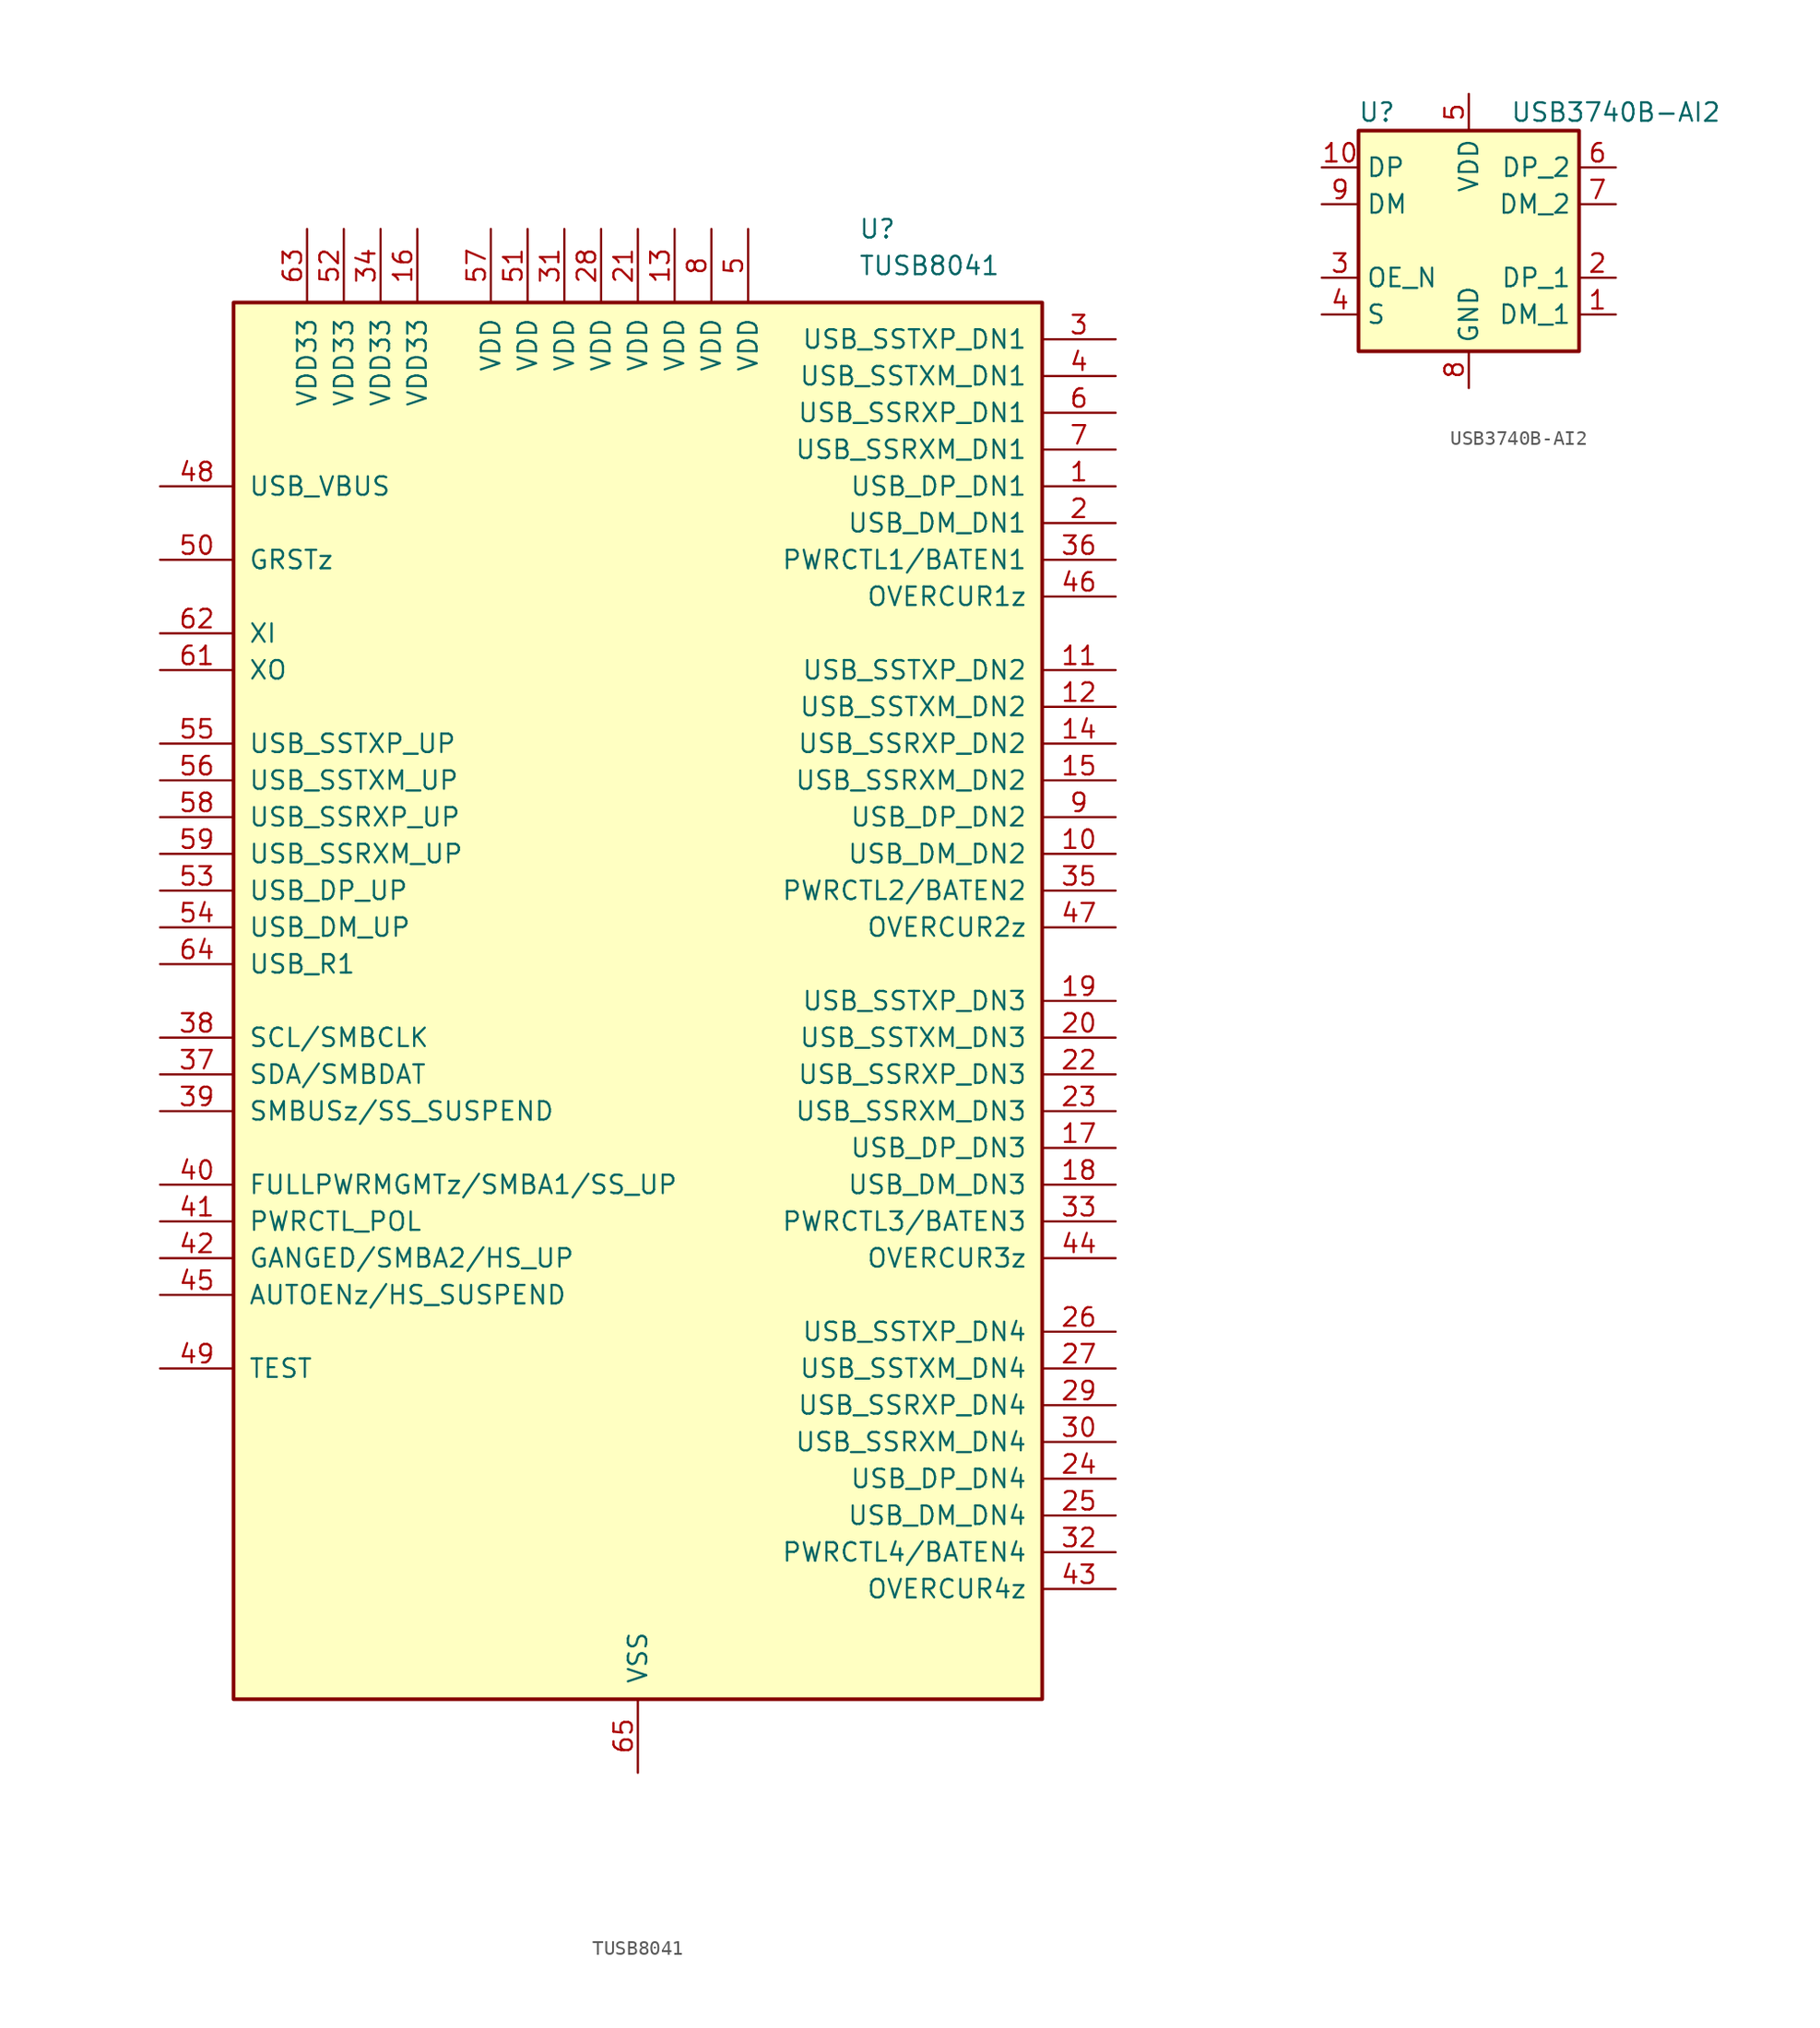
<source format=kicad_sym>
(kicad_symbol_lib
  (version 20200908)
  (generator kicad_symbol_editor)
  (symbol "Interface_USB:TUSB8041"
    (pin_names
      (offset 1.016))
    (property "Reference" "U"
      (at 15.24 53.34 0)
      (effects (font (size 1.27 1.27)) (justify left)))
    (property "Value" "TUSB8041"
      (at 15.24 50.8 0)
      (effects (font (size 1.27 1.27)) (justify left)))
    (symbol "TUSB8041_0_1"
      (rectangle (start -27.94 48.26) (end 27.94 -48.26) (stroke (width 0.254)) (fill (type background))))
    (symbol "TUSB8041_1_1"
      (pin bidirectional line (at 33.02 35.56 180) (length 5.08) (name "USB_DP_DN1" (effects (font (size 1.27 1.27)))) (number "1" (effects (font (size 1.27 1.27)))))
      (pin bidirectional line (at 33.02 10.16 180) (length 5.08) (name "USB_DM_DN2" (effects (font (size 1.27 1.27)))) (number "10" (effects (font (size 1.27 1.27)))))
      (pin output line (at 33.02 22.86 180) (length 5.08) (name "USB_SSTXP_DN2" (effects (font (size 1.27 1.27)))) (number "11" (effects (font (size 1.27 1.27)))))
      (pin output line (at 33.02 20.32 180) (length 5.08) (name "USB_SSTXM_DN2" (effects (font (size 1.27 1.27)))) (number "12" (effects (font (size 1.27 1.27)))))
      (pin power_in line (at 2.54 53.34 270) (length 5.08) (name "VDD" (effects (font (size 1.27 1.27)))) (number "13" (effects (font (size 1.27 1.27)))))
      (pin input line (at 33.02 17.78 180) (length 5.08) (name "USB_SSRXP_DN2" (effects (font (size 1.27 1.27)))) (number "14" (effects (font (size 1.27 1.27)))))
      (pin input line (at 33.02 15.24 180) (length 5.08) (name "USB_SSRXM_DN2" (effects (font (size 1.27 1.27)))) (number "15" (effects (font (size 1.27 1.27)))))
      (pin power_in line (at -15.24 53.34 270) (length 5.08) (name "VDD33" (effects (font (size 1.27 1.27)))) (number "16" (effects (font (size 1.27 1.27)))))
      (pin bidirectional line (at 33.02 -10.16 180) (length 5.08) (name "USB_DP_DN3" (effects (font (size 1.27 1.27)))) (number "17" (effects (font (size 1.27 1.27)))))
      (pin bidirectional line (at 33.02 -12.7 180) (length 5.08) (name "USB_DM_DN3" (effects (font (size 1.27 1.27)))) (number "18" (effects (font (size 1.27 1.27)))))
      (pin output line (at 33.02 0 180) (length 5.08) (name "USB_SSTXP_DN3" (effects (font (size 1.27 1.27)))) (number "19" (effects (font (size 1.27 1.27)))))
      (pin bidirectional line (at 33.02 33.02 180) (length 5.08) (name "USB_DM_DN1" (effects (font (size 1.27 1.27)))) (number "2" (effects (font (size 1.27 1.27)))))
      (pin output line (at 33.02 -2.54 180) (length 5.08) (name "USB_SSTXM_DN3" (effects (font (size 1.27 1.27)))) (number "20" (effects (font (size 1.27 1.27)))))
      (pin power_in line (at 0 53.34 270) (length 5.08) (name "VDD" (effects (font (size 1.27 1.27)))) (number "21" (effects (font (size 1.27 1.27)))))
      (pin input line (at 33.02 -5.08 180) (length 5.08) (name "USB_SSRXP_DN3" (effects (font (size 1.27 1.27)))) (number "22" (effects (font (size 1.27 1.27)))))
      (pin input line (at 33.02 -7.62 180) (length 5.08) (name "USB_SSRXM_DN3" (effects (font (size 1.27 1.27)))) (number "23" (effects (font (size 1.27 1.27)))))
      (pin bidirectional line (at 33.02 -33.02 180) (length 5.08) (name "USB_DP_DN4" (effects (font (size 1.27 1.27)))) (number "24" (effects (font (size 1.27 1.27)))))
      (pin bidirectional line (at 33.02 -35.56 180) (length 5.08) (name "USB_DM_DN4" (effects (font (size 1.27 1.27)))) (number "25" (effects (font (size 1.27 1.27)))))
      (pin output line (at 33.02 -22.86 180) (length 5.08) (name "USB_SSTXP_DN4" (effects (font (size 1.27 1.27)))) (number "26" (effects (font (size 1.27 1.27)))))
      (pin output line (at 33.02 -25.4 180) (length 5.08) (name "USB_SSTXM_DN4" (effects (font (size 1.27 1.27)))) (number "27" (effects (font (size 1.27 1.27)))))
      (pin power_in line (at -2.54 53.34 270) (length 5.08) (name "VDD" (effects (font (size 1.27 1.27)))) (number "28" (effects (font (size 1.27 1.27)))))
      (pin input line (at 33.02 -27.94 180) (length 5.08) (name "USB_SSRXP_DN4" (effects (font (size 1.27 1.27)))) (number "29" (effects (font (size 1.27 1.27)))))
      (pin output line (at 33.02 45.72 180) (length 5.08) (name "USB_SSTXP_DN1" (effects (font (size 1.27 1.27)))) (number "3" (effects (font (size 1.27 1.27)))))
      (pin input line (at 33.02 -30.48 180) (length 5.08) (name "USB_SSRXM_DN4" (effects (font (size 1.27 1.27)))) (number "30" (effects (font (size 1.27 1.27)))))
      (pin power_in line (at -5.08 53.34 270) (length 5.08) (name "VDD" (effects (font (size 1.27 1.27)))) (number "31" (effects (font (size 1.27 1.27)))))
      (pin bidirectional line (at 33.02 -38.1 180) (length 5.08) (name "PWRCTL4/BATEN4" (effects (font (size 1.27 1.27)))) (number "32" (effects (font (size 1.27 1.27)))))
      (pin bidirectional line (at 33.02 -15.24 180) (length 5.08) (name "PWRCTL3/BATEN3" (effects (font (size 1.27 1.27)))) (number "33" (effects (font (size 1.27 1.27)))))
      (pin power_in line (at -17.78 53.34 270) (length 5.08) (name "VDD33" (effects (font (size 1.27 1.27)))) (number "34" (effects (font (size 1.27 1.27)))))
      (pin bidirectional line (at 33.02 7.62 180) (length 5.08) (name "PWRCTL2/BATEN2" (effects (font (size 1.27 1.27)))) (number "35" (effects (font (size 1.27 1.27)))))
      (pin bidirectional line (at 33.02 30.48 180) (length 5.08) (name "PWRCTL1/BATEN1" (effects (font (size 1.27 1.27)))) (number "36" (effects (font (size 1.27 1.27)))))
      (pin bidirectional line (at -33.02 -5.08 0) (length 5.08) (name "SDA/SMBDAT" (effects (font (size 1.27 1.27)))) (number "37" (effects (font (size 1.27 1.27)))))
      (pin bidirectional line (at -33.02 -2.54 0) (length 5.08) (name "SCL/SMBCLK" (effects (font (size 1.27 1.27)))) (number "38" (effects (font (size 1.27 1.27)))))
      (pin bidirectional line (at -33.02 -7.62 0) (length 5.08) (name "SMBUSz/SS_SUSPEND" (effects (font (size 1.27 1.27)))) (number "39" (effects (font (size 1.27 1.27)))))
      (pin output line (at 33.02 43.18 180) (length 5.08) (name "USB_SSTXM_DN1" (effects (font (size 1.27 1.27)))) (number "4" (effects (font (size 1.27 1.27)))))
      (pin bidirectional line (at -33.02 -12.7 0) (length 5.08) (name "FULLPWRMGMTz/SMBA1/SS_UP" (effects (font (size 1.27 1.27)))) (number "40" (effects (font (size 1.27 1.27)))))
      (pin bidirectional line (at -33.02 -15.24 0) (length 5.08) (name "PWRCTL_POL" (effects (font (size 1.27 1.27)))) (number "41" (effects (font (size 1.27 1.27)))))
      (pin bidirectional line (at -33.02 -17.78 0) (length 5.08) (name "GANGED/SMBA2/HS_UP" (effects (font (size 1.27 1.27)))) (number "42" (effects (font (size 1.27 1.27)))))
      (pin input line (at 33.02 -40.64 180) (length 5.08) (name "OVERCUR4z" (effects (font (size 1.27 1.27)))) (number "43" (effects (font (size 1.27 1.27)))))
      (pin input line (at 33.02 -17.78 180) (length 5.08) (name "OVERCUR3z" (effects (font (size 1.27 1.27)))) (number "44" (effects (font (size 1.27 1.27)))))
      (pin bidirectional line (at -33.02 -20.32 0) (length 5.08) (name "AUTOENz/HS_SUSPEND" (effects (font (size 1.27 1.27)))) (number "45" (effects (font (size 1.27 1.27)))))
      (pin input line (at 33.02 27.94 180) (length 5.08) (name "OVERCUR1z" (effects (font (size 1.27 1.27)))) (number "46" (effects (font (size 1.27 1.27)))))
      (pin input line (at 33.02 5.08 180) (length 5.08) (name "OVERCUR2z" (effects (font (size 1.27 1.27)))) (number "47" (effects (font (size 1.27 1.27)))))
      (pin input line (at -33.02 35.56 0) (length 5.08) (name "USB_VBUS" (effects (font (size 1.27 1.27)))) (number "48" (effects (font (size 1.27 1.27)))))
      (pin input line (at -33.02 -25.4 0) (length 5.08) (name "TEST" (effects (font (size 1.27 1.27)))) (number "49" (effects (font (size 1.27 1.27)))))
      (pin power_in line (at 7.62 53.34 270) (length 5.08) (name "VDD" (effects (font (size 1.27 1.27)))) (number "5" (effects (font (size 1.27 1.27)))))
      (pin input line (at -33.02 30.48 0) (length 5.08) (name "GRSTz" (effects (font (size 1.27 1.27)))) (number "50" (effects (font (size 1.27 1.27)))))
      (pin power_in line (at -7.62 53.34 270) (length 5.08) (name "VDD" (effects (font (size 1.27 1.27)))) (number "51" (effects (font (size 1.27 1.27)))))
      (pin power_in line (at -20.32 53.34 270) (length 5.08) (name "VDD33" (effects (font (size 1.27 1.27)))) (number "52" (effects (font (size 1.27 1.27)))))
      (pin bidirectional line (at -33.02 7.62 0) (length 5.08) (name "USB_DP_UP" (effects (font (size 1.27 1.27)))) (number "53" (effects (font (size 1.27 1.27)))))
      (pin bidirectional line (at -33.02 5.08 0) (length 5.08) (name "USB_DM_UP" (effects (font (size 1.27 1.27)))) (number "54" (effects (font (size 1.27 1.27)))))
      (pin output line (at -33.02 17.78 0) (length 5.08) (name "USB_SSTXP_UP" (effects (font (size 1.27 1.27)))) (number "55" (effects (font (size 1.27 1.27)))))
      (pin output line (at -33.02 15.24 0) (length 5.08) (name "USB_SSTXM_UP" (effects (font (size 1.27 1.27)))) (number "56" (effects (font (size 1.27 1.27)))))
      (pin power_in line (at -10.16 53.34 270) (length 5.08) (name "VDD" (effects (font (size 1.27 1.27)))) (number "57" (effects (font (size 1.27 1.27)))))
      (pin input line (at -33.02 12.7 0) (length 5.08) (name "USB_SSRXP_UP" (effects (font (size 1.27 1.27)))) (number "58" (effects (font (size 1.27 1.27)))))
      (pin input line (at -33.02 10.16 0) (length 5.08) (name "USB_SSRXM_UP" (effects (font (size 1.27 1.27)))) (number "59" (effects (font (size 1.27 1.27)))))
      (pin input line (at 33.02 40.64 180) (length 5.08) (name "USB_SSRXP_DN1" (effects (font (size 1.27 1.27)))) (number "6" (effects (font (size 1.27 1.27)))))
      (pin unconnected line (at 33.02 -45.72 180) (length 5.08) hide (name "NC" (effects (font (size 1.27 1.27)))) (number "60" (effects (font (size 1.27 1.27)))))
      (pin output line (at -33.02 22.86 0) (length 5.08) (name "XO" (effects (font (size 1.27 1.27)))) (number "61" (effects (font (size 1.27 1.27)))))
      (pin input line (at -33.02 25.4 0) (length 5.08) (name "XI" (effects (font (size 1.27 1.27)))) (number "62" (effects (font (size 1.27 1.27)))))
      (pin power_in line (at -22.86 53.34 270) (length 5.08) (name "VDD33" (effects (font (size 1.27 1.27)))) (number "63" (effects (font (size 1.27 1.27)))))
      (pin input line (at -33.02 2.54 0) (length 5.08) (name "USB_R1" (effects (font (size 1.27 1.27)))) (number "64" (effects (font (size 1.27 1.27)))))
      (pin power_in line (at 0 -53.34 90) (length 5.08) (name "VSS" (effects (font (size 1.27 1.27)))) (number "65" (effects (font (size 1.27 1.27)))))
      (pin input line (at 33.02 38.1 180) (length 5.08) (name "USB_SSRXM_DN1" (effects (font (size 1.27 1.27)))) (number "7" (effects (font (size 1.27 1.27)))))
      (pin power_in line (at 5.08 53.34 270) (length 5.08) (name "VDD" (effects (font (size 1.27 1.27)))) (number "8" (effects (font (size 1.27 1.27)))))
      (pin bidirectional line (at 33.02 12.7 180) (length 5.08) (name "USB_DP_DN2" (effects (font (size 1.27 1.27)))) (number "9" (effects (font (size 1.27 1.27)))))))
  (symbol "Interface_USB:USB3740B-AI2"
    (property "Reference" "U"
      (at -6.35 8.89 0)
      (effects (font (size 1.27 1.27))))
    (property "Value" "USB3740B-AI2"
      (at 10.16 8.89 0)
      (effects (font (size 1.27 1.27))))
    (symbol "USB3740B-AI2_0_1"
      (rectangle (start 7.62 7.62) (end -7.62 -7.62) (stroke (width 0.254)) (fill (type background))))
    (symbol "USB3740B-AI2_1_1"
      (pin bidirectional line (at 10.16 -5.08 180) (length 2.54) (name "DM_1" (effects (font (size 1.27 1.27)))) (number "1" (effects (font (size 1.27 1.27)))))
      (pin bidirectional line (at -10.16 5.08 0) (length 2.54) (name "DP" (effects (font (size 1.27 1.27)))) (number "10" (effects (font (size 1.27 1.27)))))
      (pin bidirectional line (at 10.16 -2.54 180) (length 2.54) (name "DP_1" (effects (font (size 1.27 1.27)))) (number "2" (effects (font (size 1.27 1.27)))))
      (pin input line (at -10.16 -2.54 0) (length 2.54) (name "OE_N" (effects (font (size 1.27 1.27)))) (number "3" (effects (font (size 1.27 1.27)))))
      (pin input line (at -10.16 -5.08 0) (length 2.54) (name "S" (effects (font (size 1.27 1.27)))) (number "4" (effects (font (size 1.27 1.27)))))
      (pin power_in line (at 0 10.16 270) (length 2.54) (name "VDD" (effects (font (size 1.27 1.27)))) (number "5" (effects (font (size 1.27 1.27)))))
      (pin bidirectional line (at 10.16 5.08 180) (length 2.54) (name "DP_2" (effects (font (size 1.27 1.27)))) (number "6" (effects (font (size 1.27 1.27)))))
      (pin bidirectional line (at 10.16 2.54 180) (length 2.54) (name "DM_2" (effects (font (size 1.27 1.27)))) (number "7" (effects (font (size 1.27 1.27)))))
      (pin power_in line (at 0 -10.16 90) (length 2.54) (name "GND" (effects (font (size 1.27 1.27)))) (number "8" (effects (font (size 1.27 1.27)))))
      (pin bidirectional line (at -10.16 2.54 0) (length 2.54) (name "DM" (effects (font (size 1.27 1.27)))) (number "9" (effects (font (size 1.27 1.27))))))))
</source>
